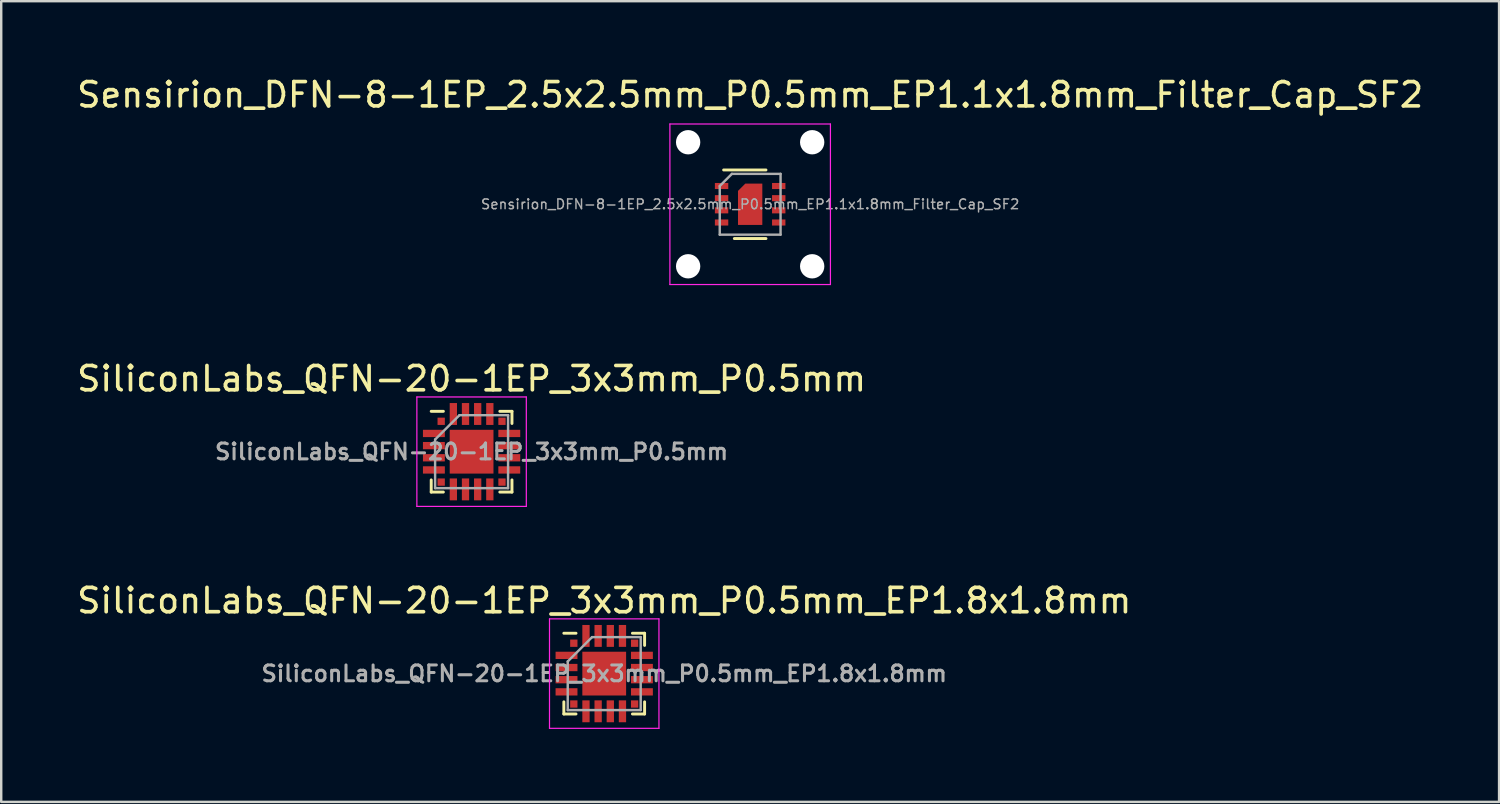
<source format=kicad_pcb>
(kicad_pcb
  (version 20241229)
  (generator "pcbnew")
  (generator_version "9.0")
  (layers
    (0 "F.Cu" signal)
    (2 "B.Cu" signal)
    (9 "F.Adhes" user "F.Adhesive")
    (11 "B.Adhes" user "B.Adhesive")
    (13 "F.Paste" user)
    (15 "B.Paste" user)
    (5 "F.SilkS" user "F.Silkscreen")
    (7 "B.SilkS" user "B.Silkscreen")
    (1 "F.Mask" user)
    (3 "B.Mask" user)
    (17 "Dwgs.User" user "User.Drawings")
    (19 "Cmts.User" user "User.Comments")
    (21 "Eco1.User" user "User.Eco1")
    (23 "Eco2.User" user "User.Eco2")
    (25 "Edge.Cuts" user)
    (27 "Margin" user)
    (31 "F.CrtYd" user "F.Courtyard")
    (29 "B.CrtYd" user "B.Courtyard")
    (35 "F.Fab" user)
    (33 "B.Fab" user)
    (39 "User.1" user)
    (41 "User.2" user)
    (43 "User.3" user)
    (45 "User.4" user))
  (footprint "Sensirion_DFN-8-1EP_2.5x2.5mm_P0.5mm_EP1.1x1.8mm_Filter_Cap_SF2"
    (layer "F.Cu")
    (at 27.792 5.348)
    (property "Reference" "Sensirion_DFN-8-1EP_2.5x2.5mm_P0.5mm_EP1.1x1.8mm_Filter_Cap_SF2" (at 0 -4.5 0) (layer "F.SilkS") (effects (font (size 1 1) (thickness 0.15))))
    (attr smd)
    (fp_line (start -1.09 -1.41) (end 0.65 -1.41) (stroke (width 0.12) (type solid)) (layer "F.SilkS"))
    (fp_line (start -0.65 1.41) (end 0.65 1.41) (stroke (width 0.12) (type solid)) (layer "F.SilkS"))
    (fp_line (start -3.3 -3.3) (end -3.3 3.3) (stroke (width 0.05) (type solid)) (layer "F.CrtYd"))
    (fp_line (start -3.3 -3.3) (end 3.3 -3.3) (stroke (width 0.05) (type solid)) (layer "F.CrtYd"))
    (fp_line (start -3.3 3.3) (end 3.3 3.3) (stroke (width 0.05) (type solid)) (layer "F.CrtYd"))
    (fp_line (start 3.3 -3.3) (end 3.3 3.3) (stroke (width 0.05) (type solid)) (layer "F.CrtYd"))
    (fp_line (start -1.25 -0.75) (end -0.75 -1.25) (stroke (width 0.1) (type solid)) (layer "F.Fab"))
    (fp_line (start -1.25 1.25) (end -1.25 -0.75) (stroke (width 0.1) (type solid)) (layer "F.Fab"))
    (fp_line (start -0.75 -1.25) (end 1.25 -1.25) (stroke (width 0.1) (type solid)) (layer "F.Fab"))
    (fp_line (start 1.25 -1.25) (end 1.25 1.25) (stroke (width 0.1) (type solid)) (layer "F.Fab"))
    (fp_line (start 1.25 1.25) (end -1.25 1.25) (stroke (width 0.1) (type solid)) (layer "F.Fab"))
    (fp_text user "${REFERENCE}" (at 0 0 0) (layer "F.Fab") (effects (font (size 0.4 0.4) (thickness 0.06))))
    (pad "" np_thru_hole circle (at -2.55 -2.55) (size 1 1) (drill 1) (layers "*.Cu" "*.Mask"))
    (pad "" np_thru_hole circle (at -2.55 2.55) (size 1 1) (drill 1) (layers "*.Cu" "*.Mask"))
    (pad "" smd custom (at 0 0) (size 0.9 0.9) (layers "F.Paste") (options (anchor rect)) (primitives (gr_poly (pts (xy 0.45 0.8) (xy -0.45 0.8) (xy -0.45 -0.53) (xy -0.18 -0.8) (xy 0.45 -0.8)) (width 0) (fill yes))))
    (pad "" np_thru_hole circle (at 2.55 -2.55) (size 1 1) (drill 1) (layers "*.Cu" "*.Mask"))
    (pad "" np_thru_hole circle (at 2.55 2.55) (size 1 1) (drill 1) (layers "*.Cu" "*.Mask"))
    (pad "1" smd rect (at -1.175 -0.75) (size 0.55 0.25) (layers "F.Cu" "F.Mask" "F.Paste"))
    (pad "2" smd rect (at -1.175 -0.25) (size 0.55 0.25) (layers "F.Cu" "F.Mask" "F.Paste"))
    (pad "3" smd rect (at -1.175 0.25) (size 0.55 0.25) (layers "F.Cu" "F.Mask" "F.Paste"))
    (pad "4" smd rect (at -1.175 0.75 180) (size 0.55 0.25) (layers "F.Cu" "F.Mask" "F.Paste"))
    (pad "5" smd rect (at 1.175 0.75) (size 0.55 0.25) (layers "F.Cu" "F.Mask" "F.Paste"))
    (pad "6" smd rect (at 1.175 0.25) (size 0.55 0.25) (layers "F.Cu" "F.Mask" "F.Paste"))
    (pad "7" smd rect (at 1.175 -0.25) (size 0.55 0.25) (layers "F.Cu" "F.Mask" "F.Paste"))
    (pad "8" smd rect (at 1.175 -0.75) (size 0.55 0.25) (layers "F.Cu" "F.Mask" "F.Paste"))
    (pad "9" smd custom (at 0 0) (size 1 1) (layers "F.Cu" "F.Mask") (options (anchor circle)) (primitives (gr_poly (pts (xy 0.5 0.85) (xy -0.5 0.85) (xy -0.5 -0.55) (xy -0.2 -0.85) (xy 0.5 -0.85)) (width 0) (fill yes)))))
  (footprint "SiliconLabs_QFN-20-1EP_3x3mm_P0.5mm_EP1.8x1.8mm"
    (layer "F.Cu")
    (at 21.792 24.645)
    (property "Reference" "SiliconLabs_QFN-20-1EP_3x3mm_P0.5mm_EP1.8x1.8mm" (at 0 -3 0) (layer "F.SilkS") (effects (font (size 1 1) (thickness 0.15))))
    (attr smd)
    (fp_line (start -1.66 -1.66) (end -1.16 -1.66) (stroke (width 0.12) (type solid)) (layer "F.SilkS"))
    (fp_line (start -1.66 1.66) (end -1.66 1.16) (stroke (width 0.12) (type solid)) (layer "F.SilkS"))
    (fp_line (start -1.16 1.66) (end -1.66 1.66) (stroke (width 0.12) (type solid)) (layer "F.SilkS"))
    (fp_line (start 1.16 -1.66) (end 1.66 -1.66) (stroke (width 0.12) (type solid)) (layer "F.SilkS"))
    (fp_line (start 1.16 1.66) (end 1.66 1.66) (stroke (width 0.12) (type solid)) (layer "F.SilkS"))
    (fp_line (start 1.66 -1.66) (end 1.66 -1.16) (stroke (width 0.12) (type solid)) (layer "F.SilkS"))
    (fp_line (start 1.66 1.66) (end 1.66 1.16) (stroke (width 0.12) (type solid)) (layer "F.SilkS"))
    (fp_line (start -2.25 -2.25) (end -2.25 2.25) (stroke (width 0.05) (type solid)) (layer "F.CrtYd"))
    (fp_line (start -2.25 2.25) (end 2.25 2.25) (stroke (width 0.05) (type solid)) (layer "F.CrtYd"))
    (fp_line (start 2.25 -2.25) (end -2.25 -2.25) (stroke (width 0.05) (type solid)) (layer "F.CrtYd"))
    (fp_line (start 2.25 2.25) (end 2.25 -2.25) (stroke (width 0.05) (type solid)) (layer "F.CrtYd"))
    (fp_line (start -1.5 -0.5) (end -0.5 -1.5) (stroke (width 0.1) (type solid)) (layer "F.Fab"))
    (fp_line (start -1.5 1.5) (end -1.5 -0.5) (stroke (width 0.1) (type solid)) (layer "F.Fab"))
    (fp_line (start -0.5 -1.5) (end 1.5 -1.5) (stroke (width 0.1) (type solid)) (layer "F.Fab"))
    (fp_line (start 1.5 -1.5) (end 1.5 1.5) (stroke (width 0.1) (type solid)) (layer "F.Fab"))
    (fp_line (start 1.5 1.5) (end -1.5 1.5) (stroke (width 0.1) (type solid)) (layer "F.Fab"))
    (fp_text user "${REFERENCE}" (at 0 0 0) (layer "F.Fab") (effects (font (size 0.65 0.65) (thickness 0.125))))
    (pad "" smd rect (at -0.45 -0.45) (size 0.54 0.54) (layers "F.Paste"))
    (pad "" smd rect (at -0.45 0.45) (size 0.54 0.54) (layers "F.Paste"))
    (pad "" smd rect (at 0.45 -0.45) (size 0.54 0.54) (layers "F.Paste"))
    (pad "" smd rect (at 0.45 0.45) (size 0.54 0.54) (layers "F.Paste"))
    (pad "1" smd rect (at -1.25 -1.25) (size 0.3 0.3) (layers "F.Cu" "F.Mask" "F.Paste"))
    (pad "2" smd rect (at -1.55 -0.75) (size 0.9 0.3) (layers "F.Cu" "F.Mask" "F.Paste"))
    (pad "3" smd rect (at -1.55 -0.25) (size 0.9 0.3) (layers "F.Cu" "F.Mask" "F.Paste"))
    (pad "4" smd rect (at -1.55 0.25) (size 0.9 0.3) (layers "F.Cu" "F.Mask" "F.Paste"))
    (pad "5" smd rect (at -1.55 0.75) (size 0.9 0.3) (layers "F.Cu" "F.Mask" "F.Paste"))
    (pad "6" smd rect (at -1.25 1.25) (size 0.3 0.3) (layers "F.Cu" "F.Mask" "F.Paste"))
    (pad "7" smd rect (at -0.75 1.55 90) (size 0.9 0.3) (layers "F.Cu" "F.Mask" "F.Paste"))
    (pad "8" smd rect (at -0.25 1.55 90) (size 0.9 0.3) (layers "F.Cu" "F.Mask" "F.Paste"))
    (pad "9" smd rect (at 0.25 1.55 90) (size 0.9 0.3) (layers "F.Cu" "F.Mask" "F.Paste"))
    (pad "10" smd rect (at 0.75 1.55 90) (size 0.9 0.3) (layers "F.Cu" "F.Mask" "F.Paste"))
    (pad "11" smd rect (at 1.25 1.25) (size 0.3 0.3) (layers "F.Cu" "F.Mask" "F.Paste"))
    (pad "12" smd rect (at 1.55 0.75) (size 0.9 0.3) (layers "F.Cu" "F.Mask" "F.Paste"))
    (pad "13" smd rect (at 1.55 0.25) (size 0.9 0.3) (layers "F.Cu" "F.Mask" "F.Paste"))
    (pad "14" smd rect (at 1.55 -0.25) (size 0.9 0.3) (layers "F.Cu" "F.Mask" "F.Paste"))
    (pad "15" smd rect (at 1.55 -0.75) (size 0.9 0.3) (layers "F.Cu" "F.Mask" "F.Paste"))
    (pad "16" smd rect (at 1.25 -1.25) (size 0.3 0.3) (layers "F.Cu" "F.Mask" "F.Paste"))
    (pad "17" smd rect (at 0.75 -1.55 90) (size 0.9 0.3) (layers "F.Cu" "F.Mask" "F.Paste"))
    (pad "18" smd rect (at 0.25 -1.55 90) (size 0.9 0.3) (layers "F.Cu" "F.Mask" "F.Paste"))
    (pad "19" smd rect (at -0.25 -1.55 90) (size 0.9 0.3) (layers "F.Cu" "F.Mask" "F.Paste"))
    (pad "20" smd rect (at -0.75 -1.55 90) (size 0.9 0.3) (layers "F.Cu" "F.Mask" "F.Paste"))
    (pad "21" smd rect (at 0 0) (size 1.8 1.8) (layers "F.Cu" "F.Mask")))
  (footprint "SiliconLabs_QFN-20-1EP_3x3mm_P0.5mm"
    (layer "F.Cu")
    (at 16.339 15.521)
    (property "Reference" "SiliconLabs_QFN-20-1EP_3x3mm_P0.5mm" (at 0 -3 0) (layer "F.SilkS") (effects (font (size 1 1) (thickness 0.15))))
    (attr smd)
    (fp_line (start -1.66 -1.66) (end -1.16 -1.66) (stroke (width 0.12) (type solid)) (layer "F.SilkS"))
    (fp_line (start -1.66 1.66) (end -1.66 1.16) (stroke (width 0.12) (type solid)) (layer "F.SilkS"))
    (fp_line (start -1.16 1.66) (end -1.66 1.66) (stroke (width 0.12) (type solid)) (layer "F.SilkS"))
    (fp_line (start 1.16 -1.66) (end 1.66 -1.66) (stroke (width 0.12) (type solid)) (layer "F.SilkS"))
    (fp_line (start 1.16 1.66) (end 1.66 1.66) (stroke (width 0.12) (type solid)) (layer "F.SilkS"))
    (fp_line (start 1.66 -1.66) (end 1.66 -1.16) (stroke (width 0.12) (type solid)) (layer "F.SilkS"))
    (fp_line (start 1.66 1.66) (end 1.66 1.16) (stroke (width 0.12) (type solid)) (layer "F.SilkS"))
    (fp_line (start -2.25 -2.25) (end -2.25 2.25) (stroke (width 0.05) (type solid)) (layer "F.CrtYd"))
    (fp_line (start -2.25 2.25) (end 2.25 2.25) (stroke (width 0.05) (type solid)) (layer "F.CrtYd"))
    (fp_line (start 2.25 -2.25) (end -2.25 -2.25) (stroke (width 0.05) (type solid)) (layer "F.CrtYd"))
    (fp_line (start 2.25 2.25) (end 2.25 -2.25) (stroke (width 0.05) (type solid)) (layer "F.CrtYd"))
    (fp_line (start -1.5 -0.5) (end -0.5 -1.5) (stroke (width 0.1) (type solid)) (layer "F.Fab"))
    (fp_line (start -1.5 1.5) (end -1.5 -0.5) (stroke (width 0.1) (type solid)) (layer "F.Fab"))
    (fp_line (start -0.5 -1.5) (end 1.5 -1.5) (stroke (width 0.1) (type solid)) (layer "F.Fab"))
    (fp_line (start 1.5 -1.5) (end 1.5 1.5) (stroke (width 0.1) (type solid)) (layer "F.Fab"))
    (fp_line (start 1.5 1.5) (end -1.5 1.5) (stroke (width 0.1) (type solid)) (layer "F.Fab"))
    (fp_text user "${REFERENCE}" (at 0 0 0) (layer "F.Fab") (effects (font (size 0.65 0.65) (thickness 0.125))))
    (pad "" smd rect (at -0.45 -0.45) (size 0.54 0.54) (layers "F.Paste"))
    (pad "" smd rect (at -0.45 0.45) (size 0.54 0.54) (layers "F.Paste"))
    (pad "" smd rect (at 0.45 -0.45) (size 0.54 0.54) (layers "F.Paste"))
    (pad "" smd rect (at 0.45 0.45) (size 0.54 0.54) (layers "F.Paste"))
    (pad "1" smd rect (at -1.25 -1.25) (size 0.3 0.3) (layers "F.Cu" "F.Mask" "F.Paste"))
    (pad "2" smd rect (at -1.55 -0.75) (size 0.9 0.3) (layers "F.Cu" "F.Mask" "F.Paste"))
    (pad "3" smd rect (at -1.55 -0.25) (size 0.9 0.3) (layers "F.Cu" "F.Mask" "F.Paste"))
    (pad "4" smd rect (at -1.55 0.25) (size 0.9 0.3) (layers "F.Cu" "F.Mask" "F.Paste"))
    (pad "5" smd rect (at -1.55 0.75) (size 0.9 0.3) (layers "F.Cu" "F.Mask" "F.Paste"))
    (pad "6" smd rect (at -1.25 1.25) (size 0.3 0.3) (layers "F.Cu" "F.Mask" "F.Paste"))
    (pad "7" smd rect (at -0.75 1.55 90) (size 0.9 0.3) (layers "F.Cu" "F.Mask" "F.Paste"))
    (pad "8" smd rect (at -0.25 1.55 90) (size 0.9 0.3) (layers "F.Cu" "F.Mask" "F.Paste"))
    (pad "9" smd rect (at 0.25 1.55 90) (size 0.9 0.3) (layers "F.Cu" "F.Mask" "F.Paste"))
    (pad "10" smd rect (at 0.75 1.55 90) (size 0.9 0.3) (layers "F.Cu" "F.Mask" "F.Paste"))
    (pad "11" smd rect (at 1.25 1.25) (size 0.3 0.3) (layers "F.Cu" "F.Mask" "F.Paste"))
    (pad "12" smd rect (at 1.55 0.75) (size 0.9 0.3) (layers "F.Cu" "F.Mask" "F.Paste"))
    (pad "13" smd rect (at 1.55 0.25) (size 0.9 0.3) (layers "F.Cu" "F.Mask" "F.Paste"))
    (pad "14" smd rect (at 1.55 -0.25) (size 0.9 0.3) (layers "F.Cu" "F.Mask" "F.Paste"))
    (pad "15" smd rect (at 1.55 -0.75) (size 0.9 0.3) (layers "F.Cu" "F.Mask" "F.Paste"))
    (pad "16" smd rect (at 1.25 -1.25) (size 0.3 0.3) (layers "F.Cu" "F.Mask" "F.Paste"))
    (pad "17" smd rect (at 0.75 -1.55 90) (size 0.9 0.3) (layers "F.Cu" "F.Mask" "F.Paste"))
    (pad "18" smd rect (at 0.25 -1.55 90) (size 0.9 0.3) (layers "F.Cu" "F.Mask" "F.Paste"))
    (pad "19" smd rect (at -0.25 -1.55 90) (size 0.9 0.3) (layers "F.Cu" "F.Mask" "F.Paste"))
    (pad "20" smd rect (at -0.75 -1.55 90) (size 0.9 0.3) (layers "F.Cu" "F.Mask" "F.Paste"))
    (pad "21" smd rect (at 0 0) (size 1.8 1.8) (layers "F.Cu" "F.Mask")))
  (gr_rect
    (start -3 -3)
    (end 58.583 29.92)
    (stroke (width 0.1) (type default))
    (fill no)
    (layer "Edge.Cuts")))
</source>
